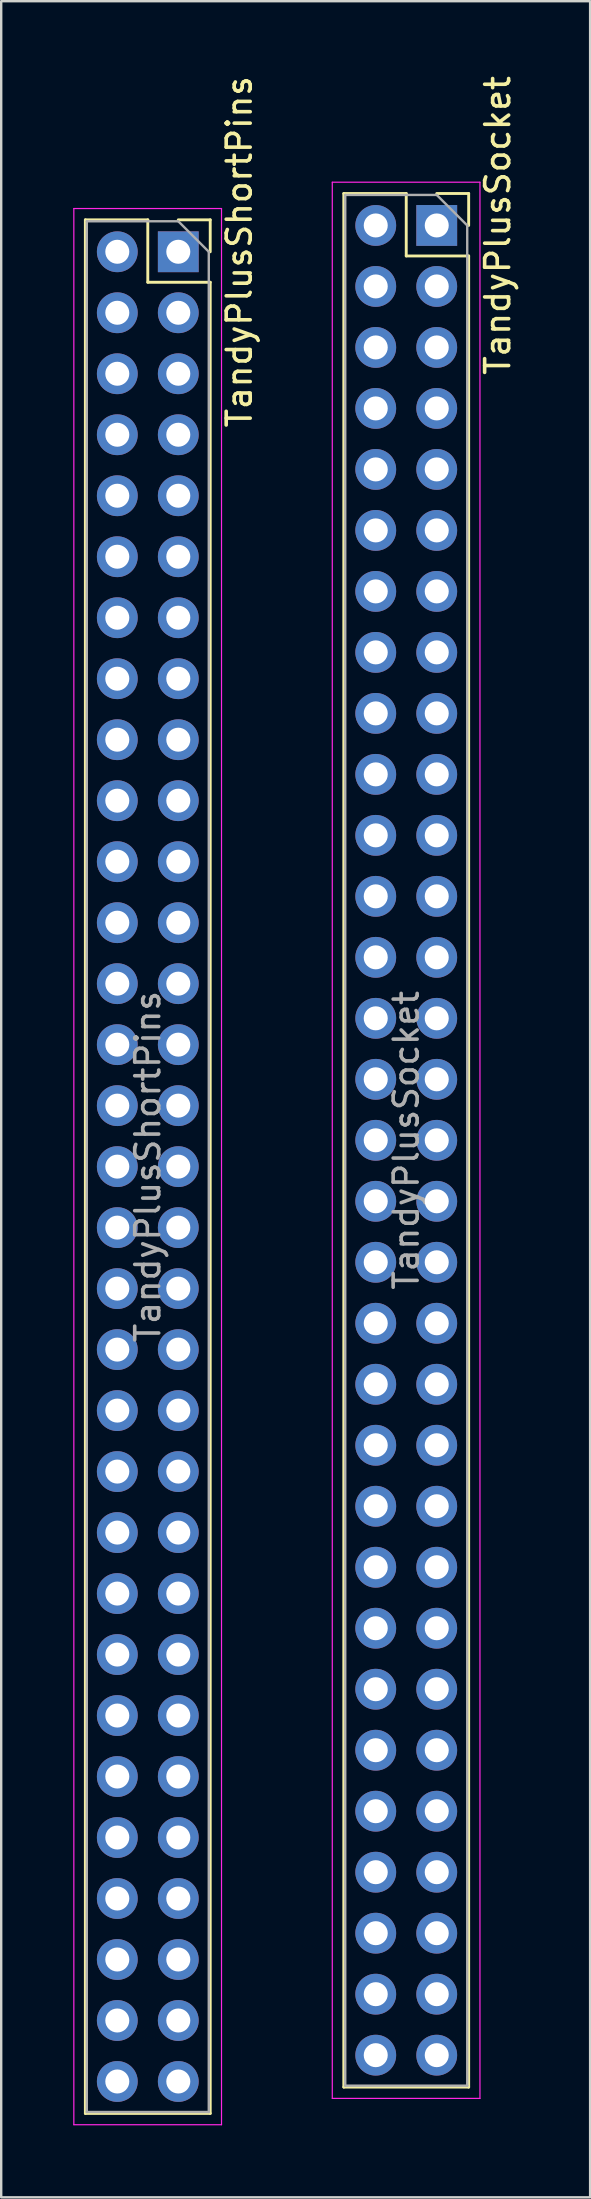
<source format=kicad_pcb>
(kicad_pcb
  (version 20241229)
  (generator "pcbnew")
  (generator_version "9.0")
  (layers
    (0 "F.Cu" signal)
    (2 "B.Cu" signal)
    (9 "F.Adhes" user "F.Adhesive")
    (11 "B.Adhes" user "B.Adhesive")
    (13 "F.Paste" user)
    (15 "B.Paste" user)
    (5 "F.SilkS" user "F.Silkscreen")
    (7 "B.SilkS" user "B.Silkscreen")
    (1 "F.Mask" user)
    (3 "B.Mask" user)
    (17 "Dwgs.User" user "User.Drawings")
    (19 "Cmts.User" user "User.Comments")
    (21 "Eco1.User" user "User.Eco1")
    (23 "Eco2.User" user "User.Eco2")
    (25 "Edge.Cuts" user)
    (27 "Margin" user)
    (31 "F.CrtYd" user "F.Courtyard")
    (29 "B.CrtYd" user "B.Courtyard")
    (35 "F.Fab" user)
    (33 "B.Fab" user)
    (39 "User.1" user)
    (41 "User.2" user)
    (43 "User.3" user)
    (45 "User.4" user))
  (footprint "TandyPlusSocket"
    (layer "F.Cu")
    (at 15.138 6.339)
    (property "Reference" "TandyPlusSocket" (at 2.54 0 90) (layer "F.SilkS") (effects (font (size 1 1) (thickness 0.15))))
    (attr through_hole)
    (fp_line (start -3.87 -1.33) (end -3.87 77.53) (stroke (width 0.12) (type solid)) (layer "F.SilkS"))
    (fp_line (start -1.27 -1.33) (end -3.87 -1.33) (stroke (width 0.12) (type solid)) (layer "F.SilkS"))
    (fp_line (start -1.27 1.27) (end -1.27 -1.33) (stroke (width 0.12) (type solid)) (layer "F.SilkS"))
    (fp_line (start 1.33 -1.33) (end 0 -1.33) (stroke (width 0.12) (type solid)) (layer "F.SilkS"))
    (fp_line (start 1.33 0) (end 1.33 -1.33) (stroke (width 0.12) (type solid)) (layer "F.SilkS"))
    (fp_line (start 1.33 1.27) (end -1.27 1.27) (stroke (width 0.12) (type solid)) (layer "F.SilkS"))
    (fp_line (start 1.33 1.27) (end 1.33 77.53) (stroke (width 0.12) (type solid)) (layer "F.SilkS"))
    (fp_line (start 1.33 77.53) (end -3.87 77.53) (stroke (width 0.12) (type solid)) (layer "F.SilkS"))
    (fp_line (start -4.35 -1.8) (end 1.8 -1.8) (stroke (width 0.05) (type solid)) (layer "F.CrtYd"))
    (fp_line (start -4.35 78) (end -4.35 -1.8) (stroke (width 0.05) (type solid)) (layer "F.CrtYd"))
    (fp_line (start 1.8 -1.8) (end 1.8 78) (stroke (width 0.05) (type solid)) (layer "F.CrtYd"))
    (fp_line (start 1.8 78) (end -4.35 78) (stroke (width 0.05) (type solid)) (layer "F.CrtYd"))
    (fp_line (start -3.81 -1.27) (end -3.81 77.47) (stroke (width 0.1) (type solid)) (layer "F.Fab"))
    (fp_line (start -3.81 77.47) (end 1.27 77.47) (stroke (width 0.1) (type solid)) (layer "F.Fab"))
    (fp_line (start 0 -1.27) (end -3.81 -1.27) (stroke (width 0.1) (type solid)) (layer "F.Fab"))
    (fp_line (start 1.27 0) (end 0 -1.27) (stroke (width 0.1) (type solid)) (layer "F.Fab"))
    (fp_line (start 1.27 77.47) (end 1.27 0) (stroke (width 0.1) (type solid)) (layer "F.Fab"))
    (fp_text user "${REFERENCE}" (at -1.27 38.1 90) (layer "F.Fab") (effects (font (size 1 1) (thickness 0.15))))
    (pad "1" thru_hole rect (at 0 0) (size 1.7 1.7) (drill 1) (layers "*.Cu" "*.Mask"))
    (pad "2" thru_hole oval (at 0 2.54) (size 1.7 1.7) (drill 1) (layers "*.Cu" "*.Mask"))
    (pad "3" thru_hole oval (at 0 5.08) (size 1.7 1.7) (drill 1) (layers "*.Cu" "*.Mask"))
    (pad "4" thru_hole oval (at 0 7.62) (size 1.7 1.7) (drill 1) (layers "*.Cu" "*.Mask"))
    (pad "5" thru_hole oval (at 0 10.16) (size 1.7 1.7) (drill 1) (layers "*.Cu" "*.Mask"))
    (pad "6" thru_hole oval (at 0 12.7) (size 1.7 1.7) (drill 1) (layers "*.Cu" "*.Mask"))
    (pad "7" thru_hole oval (at 0 15.24) (size 1.7 1.7) (drill 1) (layers "*.Cu" "*.Mask"))
    (pad "8" thru_hole oval (at 0 17.78) (size 1.7 1.7) (drill 1) (layers "*.Cu" "*.Mask"))
    (pad "9" thru_hole oval (at 0 20.32) (size 1.7 1.7) (drill 1) (layers "*.Cu" "*.Mask"))
    (pad "10" thru_hole oval (at 0 22.86) (size 1.7 1.7) (drill 1) (layers "*.Cu" "*.Mask"))
    (pad "11" thru_hole oval (at 0 25.4) (size 1.7 1.7) (drill 1) (layers "*.Cu" "*.Mask"))
    (pad "12" thru_hole oval (at 0 27.94) (size 1.7 1.7) (drill 1) (layers "*.Cu" "*.Mask"))
    (pad "13" thru_hole oval (at 0 30.48) (size 1.7 1.7) (drill 1) (layers "*.Cu" "*.Mask"))
    (pad "14" thru_hole oval (at 0 33.02) (size 1.7 1.7) (drill 1) (layers "*.Cu" "*.Mask"))
    (pad "15" thru_hole oval (at 0 35.56) (size 1.7 1.7) (drill 1) (layers "*.Cu" "*.Mask"))
    (pad "16" thru_hole oval (at 0 38.1) (size 1.7 1.7) (drill 1) (layers "*.Cu" "*.Mask"))
    (pad "17" thru_hole oval (at 0 40.64) (size 1.7 1.7) (drill 1) (layers "*.Cu" "*.Mask"))
    (pad "18" thru_hole oval (at 0 43.18) (size 1.7 1.7) (drill 1) (layers "*.Cu" "*.Mask"))
    (pad "19" thru_hole oval (at 0 45.72) (size 1.7 1.7) (drill 1) (layers "*.Cu" "*.Mask"))
    (pad "20" thru_hole oval (at 0 48.26) (size 1.7 1.7) (drill 1) (layers "*.Cu" "*.Mask"))
    (pad "21" thru_hole oval (at 0 50.8) (size 1.7 1.7) (drill 1) (layers "*.Cu" "*.Mask"))
    (pad "22" thru_hole oval (at 0 53.34) (size 1.7 1.7) (drill 1) (layers "*.Cu" "*.Mask"))
    (pad "23" thru_hole oval (at 0 55.88) (size 1.7 1.7) (drill 1) (layers "*.Cu" "*.Mask"))
    (pad "24" thru_hole oval (at 0 58.42) (size 1.7 1.7) (drill 1) (layers "*.Cu" "*.Mask"))
    (pad "25" thru_hole oval (at 0 60.96) (size 1.7 1.7) (drill 1) (layers "*.Cu" "*.Mask"))
    (pad "26" thru_hole oval (at 0 63.5) (size 1.7 1.7) (drill 1) (layers "*.Cu" "*.Mask"))
    (pad "27" thru_hole oval (at 0 66.04) (size 1.7 1.7) (drill 1) (layers "*.Cu" "*.Mask"))
    (pad "28" thru_hole oval (at 0 68.58) (size 1.7 1.7) (drill 1) (layers "*.Cu" "*.Mask"))
    (pad "29" thru_hole oval (at 0 71.12) (size 1.7 1.7) (drill 1) (layers "*.Cu" "*.Mask"))
    (pad "30" thru_hole oval (at 0 73.66) (size 1.7 1.7) (drill 1) (layers "*.Cu" "*.Mask"))
    (pad "31" thru_hole oval (at 0 76.2) (size 1.7 1.7) (drill 1) (layers "*.Cu" "*.Mask"))
    (pad "32" thru_hole oval (at -2.54 0) (size 1.7 1.7) (drill 1) (layers "*.Cu" "*.Mask"))
    (pad "33" thru_hole oval (at -2.54 2.54) (size 1.7 1.7) (drill 1) (layers "*.Cu" "*.Mask"))
    (pad "34" thru_hole oval (at -2.54 5.08) (size 1.7 1.7) (drill 1) (layers "*.Cu" "*.Mask"))
    (pad "35" thru_hole oval (at -2.54 7.62) (size 1.7 1.7) (drill 1) (layers "*.Cu" "*.Mask"))
    (pad "36" thru_hole oval (at -2.54 10.16) (size 1.7 1.7) (drill 1) (layers "*.Cu" "*.Mask"))
    (pad "37" thru_hole oval (at -2.54 12.7) (size 1.7 1.7) (drill 1) (layers "*.Cu" "*.Mask"))
    (pad "38" thru_hole oval (at -2.54 15.24) (size 1.7 1.7) (drill 1) (layers "*.Cu" "*.Mask"))
    (pad "39" thru_hole oval (at -2.54 17.78) (size 1.7 1.7) (drill 1) (layers "*.Cu" "*.Mask"))
    (pad "40" thru_hole oval (at -2.54 20.32) (size 1.7 1.7) (drill 1) (layers "*.Cu" "*.Mask"))
    (pad "41" thru_hole oval (at -2.54 22.86) (size 1.7 1.7) (drill 1) (layers "*.Cu" "*.Mask"))
    (pad "42" thru_hole oval (at -2.54 25.4) (size 1.7 1.7) (drill 1) (layers "*.Cu" "*.Mask"))
    (pad "43" thru_hole oval (at -2.54 27.94) (size 1.7 1.7) (drill 1) (layers "*.Cu" "*.Mask"))
    (pad "44" thru_hole oval (at -2.54 30.48) (size 1.7 1.7) (drill 1) (layers "*.Cu" "*.Mask"))
    (pad "45" thru_hole oval (at -2.54 33.02) (size 1.7 1.7) (drill 1) (layers "*.Cu" "*.Mask"))
    (pad "46" thru_hole oval (at -2.54 35.56) (size 1.7 1.7) (drill 1) (layers "*.Cu" "*.Mask"))
    (pad "47" thru_hole oval (at -2.54 38.1) (size 1.7 1.7) (drill 1) (layers "*.Cu" "*.Mask"))
    (pad "48" thru_hole oval (at -2.54 40.64) (size 1.7 1.7) (drill 1) (layers "*.Cu" "*.Mask"))
    (pad "49" thru_hole oval (at -2.54 43.18) (size 1.7 1.7) (drill 1) (layers "*.Cu" "*.Mask"))
    (pad "50" thru_hole oval (at -2.54 45.72) (size 1.7 1.7) (drill 1) (layers "*.Cu" "*.Mask"))
    (pad "51" thru_hole oval (at -2.54 48.26) (size 1.7 1.7) (drill 1) (layers "*.Cu" "*.Mask"))
    (pad "52" thru_hole oval (at -2.54 50.8) (size 1.7 1.7) (drill 1) (layers "*.Cu" "*.Mask"))
    (pad "53" thru_hole oval (at -2.54 53.34) (size 1.7 1.7) (drill 1) (layers "*.Cu" "*.Mask"))
    (pad "54" thru_hole oval (at -2.54 55.88) (size 1.7 1.7) (drill 1) (layers "*.Cu" "*.Mask"))
    (pad "55" thru_hole oval (at -2.54 58.42) (size 1.7 1.7) (drill 1) (layers "*.Cu" "*.Mask"))
    (pad "56" thru_hole oval (at -2.54 60.96) (size 1.7 1.7) (drill 1) (layers "*.Cu" "*.Mask"))
    (pad "57" thru_hole oval (at -2.54 63.5) (size 1.7 1.7) (drill 1) (layers "*.Cu" "*.Mask"))
    (pad "58" thru_hole oval (at -2.54 66.04) (size 1.7 1.7) (drill 1) (layers "*.Cu" "*.Mask"))
    (pad "59" thru_hole oval (at -2.54 68.58) (size 1.7 1.7) (drill 1) (layers "*.Cu" "*.Mask"))
    (pad "60" thru_hole oval (at -2.54 71.12) (size 1.7 1.7) (drill 1) (layers "*.Cu" "*.Mask"))
    (pad "61" thru_hole oval (at -2.54 73.66) (size 1.7 1.7) (drill 1) (layers "*.Cu" "*.Mask"))
    (pad "62" thru_hole oval (at -2.54 76.2) (size 1.7 1.7) (drill 1) (layers "*.Cu" "*.Mask")))
  (footprint "TandyPlusShortPins"
    (layer "F.Cu")
    (at 4.375 7.435)
    (property "Reference" "TandyPlusShortPins" (at 2.54 0 90) (layer "F.SilkS") (effects (font (size 1 1) (thickness 0.15))))
    (attr through_hole)
    (fp_line (start -3.87 -1.33) (end -3.87 77.53) (stroke (width 0.12) (type solid)) (layer "F.SilkS"))
    (fp_line (start -1.27 -1.33) (end -3.87 -1.33) (stroke (width 0.12) (type solid)) (layer "F.SilkS"))
    (fp_line (start -1.27 1.27) (end -1.27 -1.33) (stroke (width 0.12) (type solid)) (layer "F.SilkS"))
    (fp_line (start 1.33 -1.33) (end 0 -1.33) (stroke (width 0.12) (type solid)) (layer "F.SilkS"))
    (fp_line (start 1.33 0) (end 1.33 -1.33) (stroke (width 0.12) (type solid)) (layer "F.SilkS"))
    (fp_line (start 1.33 1.27) (end -1.27 1.27) (stroke (width 0.12) (type solid)) (layer "F.SilkS"))
    (fp_line (start 1.33 1.27) (end 1.33 77.53) (stroke (width 0.12) (type solid)) (layer "F.SilkS"))
    (fp_line (start 1.33 77.53) (end -3.87 77.53) (stroke (width 0.12) (type solid)) (layer "F.SilkS"))
    (fp_line (start -4.35 -1.8) (end 1.8 -1.8) (stroke (width 0.05) (type solid)) (layer "F.CrtYd"))
    (fp_line (start -4.35 78) (end -4.35 -1.8) (stroke (width 0.05) (type solid)) (layer "F.CrtYd"))
    (fp_line (start 1.8 -1.8) (end 1.8 78) (stroke (width 0.05) (type solid)) (layer "F.CrtYd"))
    (fp_line (start 1.8 78) (end -4.35 78) (stroke (width 0.05) (type solid)) (layer "F.CrtYd"))
    (fp_line (start -3.81 -1.27) (end -3.81 77.47) (stroke (width 0.1) (type solid)) (layer "F.Fab"))
    (fp_line (start -3.81 77.47) (end 1.27 77.47) (stroke (width 0.1) (type solid)) (layer "F.Fab"))
    (fp_line (start 0 -1.27) (end -3.81 -1.27) (stroke (width 0.1) (type solid)) (layer "F.Fab"))
    (fp_line (start 1.27 0) (end 0 -1.27) (stroke (width 0.1) (type solid)) (layer "F.Fab"))
    (fp_line (start 1.27 77.47) (end 1.27 0) (stroke (width 0.1) (type solid)) (layer "F.Fab"))
    (fp_text user "${REFERENCE}" (at -1.27 38.1 90) (layer "F.Fab") (effects (font (size 1 1) (thickness 0.15))))
    (pad "1" thru_hole rect (at 0 0) (size 1.7 1.7) (drill 1) (layers "*.Cu" "*.Mask"))
    (pad "2" thru_hole oval (at 0 2.54) (size 1.7 1.7) (drill 1) (layers "*.Cu" "*.Mask"))
    (pad "3" thru_hole oval (at 0 5.08) (size 1.7 1.7) (drill 1) (layers "*.Cu" "*.Mask"))
    (pad "4" thru_hole oval (at 0 7.62) (size 1.7 1.7) (drill 1) (layers "*.Cu" "*.Mask"))
    (pad "5" thru_hole oval (at 0 10.16) (size 1.7 1.7) (drill 1) (layers "*.Cu" "*.Mask"))
    (pad "6" thru_hole oval (at 0 12.7) (size 1.7 1.7) (drill 1) (layers "*.Cu" "*.Mask"))
    (pad "7" thru_hole oval (at 0 15.24) (size 1.7 1.7) (drill 1) (layers "*.Cu" "*.Mask"))
    (pad "8" thru_hole oval (at 0 17.78) (size 1.7 1.7) (drill 1) (layers "*.Cu" "*.Mask"))
    (pad "9" thru_hole oval (at 0 20.32) (size 1.7 1.7) (drill 1) (layers "*.Cu" "*.Mask"))
    (pad "10" thru_hole oval (at 0 22.86) (size 1.7 1.7) (drill 1) (layers "*.Cu" "*.Mask"))
    (pad "11" thru_hole oval (at 0 25.4) (size 1.7 1.7) (drill 1) (layers "*.Cu" "*.Mask"))
    (pad "12" thru_hole oval (at 0 27.94) (size 1.7 1.7) (drill 1) (layers "*.Cu" "*.Mask"))
    (pad "13" thru_hole oval (at 0 30.48) (size 1.7 1.7) (drill 1) (layers "*.Cu" "*.Mask"))
    (pad "14" thru_hole oval (at 0 33.02) (size 1.7 1.7) (drill 1) (layers "*.Cu" "*.Mask"))
    (pad "15" thru_hole oval (at 0 35.56) (size 1.7 1.7) (drill 1) (layers "*.Cu" "*.Mask"))
    (pad "16" thru_hole oval (at 0 38.1) (size 1.7 1.7) (drill 1) (layers "*.Cu" "*.Mask"))
    (pad "17" thru_hole oval (at 0 40.64) (size 1.7 1.7) (drill 1) (layers "*.Cu" "*.Mask"))
    (pad "18" thru_hole oval (at 0 43.18) (size 1.7 1.7) (drill 1) (layers "*.Cu" "*.Mask"))
    (pad "19" thru_hole oval (at 0 45.72) (size 1.7 1.7) (drill 1) (layers "*.Cu" "*.Mask"))
    (pad "20" thru_hole oval (at 0 48.26) (size 1.7 1.7) (drill 1) (layers "*.Cu" "*.Mask"))
    (pad "21" thru_hole oval (at 0 50.8) (size 1.7 1.7) (drill 1) (layers "*.Cu" "*.Mask"))
    (pad "22" thru_hole oval (at 0 53.34) (size 1.7 1.7) (drill 1) (layers "*.Cu" "*.Mask"))
    (pad "23" thru_hole oval (at 0 55.88) (size 1.7 1.7) (drill 1) (layers "*.Cu" "*.Mask"))
    (pad "24" thru_hole oval (at 0 58.42) (size 1.7 1.7) (drill 1) (layers "*.Cu" "*.Mask"))
    (pad "25" thru_hole oval (at 0 60.96) (size 1.7 1.7) (drill 1) (layers "*.Cu" "*.Mask"))
    (pad "26" thru_hole oval (at 0 63.5) (size 1.7 1.7) (drill 1) (layers "*.Cu" "*.Mask"))
    (pad "27" thru_hole oval (at 0 66.04) (size 1.7 1.7) (drill 1) (layers "*.Cu" "*.Mask"))
    (pad "28" thru_hole oval (at 0 68.58) (size 1.7 1.7) (drill 1) (layers "*.Cu" "*.Mask"))
    (pad "29" thru_hole oval (at 0 71.12) (size 1.7 1.7) (drill 1) (layers "*.Cu" "*.Mask"))
    (pad "30" thru_hole oval (at 0 73.66) (size 1.7 1.7) (drill 1) (layers "*.Cu" "*.Mask"))
    (pad "31" thru_hole oval (at 0 76.2) (size 1.7 1.7) (drill 1) (layers "*.Cu" "*.Mask"))
    (pad "32" thru_hole oval (at -2.54 0) (size 1.7 1.7) (drill 1) (layers "*.Cu" "*.Mask"))
    (pad "33" thru_hole oval (at -2.54 2.54) (size 1.7 1.7) (drill 1) (layers "*.Cu" "*.Mask"))
    (pad "34" thru_hole oval (at -2.54 5.08) (size 1.7 1.7) (drill 1) (layers "*.Cu" "*.Mask"))
    (pad "35" thru_hole oval (at -2.54 7.62) (size 1.7 1.7) (drill 1) (layers "*.Cu" "*.Mask"))
    (pad "36" thru_hole oval (at -2.54 10.16) (size 1.7 1.7) (drill 1) (layers "*.Cu" "*.Mask"))
    (pad "37" thru_hole oval (at -2.54 12.7) (size 1.7 1.7) (drill 1) (layers "*.Cu" "*.Mask"))
    (pad "38" thru_hole oval (at -2.54 15.24) (size 1.7 1.7) (drill 1) (layers "*.Cu" "*.Mask"))
    (pad "39" thru_hole oval (at -2.54 17.78) (size 1.7 1.7) (drill 1) (layers "*.Cu" "*.Mask"))
    (pad "40" thru_hole oval (at -2.54 20.32) (size 1.7 1.7) (drill 1) (layers "*.Cu" "*.Mask"))
    (pad "41" thru_hole oval (at -2.54 22.86) (size 1.7 1.7) (drill 1) (layers "*.Cu" "*.Mask"))
    (pad "42" thru_hole oval (at -2.54 25.4) (size 1.7 1.7) (drill 1) (layers "*.Cu" "*.Mask"))
    (pad "43" thru_hole oval (at -2.54 27.94) (size 1.7 1.7) (drill 1) (layers "*.Cu" "*.Mask"))
    (pad "44" thru_hole oval (at -2.54 30.48) (size 1.7 1.7) (drill 1) (layers "*.Cu" "*.Mask"))
    (pad "45" thru_hole oval (at -2.54 33.02) (size 1.7 1.7) (drill 1) (layers "*.Cu" "*.Mask"))
    (pad "46" thru_hole oval (at -2.54 35.56) (size 1.7 1.7) (drill 1) (layers "*.Cu" "*.Mask"))
    (pad "47" thru_hole oval (at -2.54 38.1) (size 1.7 1.7) (drill 1) (layers "*.Cu" "*.Mask"))
    (pad "48" thru_hole oval (at -2.54 40.64) (size 1.7 1.7) (drill 1) (layers "*.Cu" "*.Mask"))
    (pad "49" thru_hole oval (at -2.54 43.18) (size 1.7 1.7) (drill 1) (layers "*.Cu" "*.Mask"))
    (pad "50" thru_hole oval (at -2.54 45.72) (size 1.7 1.7) (drill 1) (layers "*.Cu" "*.Mask"))
    (pad "51" thru_hole oval (at -2.54 48.26) (size 1.7 1.7) (drill 1) (layers "*.Cu" "*.Mask"))
    (pad "52" thru_hole oval (at -2.54 50.8) (size 1.7 1.7) (drill 1) (layers "*.Cu" "*.Mask"))
    (pad "53" thru_hole oval (at -2.54 53.34) (size 1.7 1.7) (drill 1) (layers "*.Cu" "*.Mask"))
    (pad "54" thru_hole oval (at -2.54 55.88) (size 1.7 1.7) (drill 1) (layers "*.Cu" "*.Mask"))
    (pad "55" thru_hole oval (at -2.54 58.42) (size 1.7 1.7) (drill 1) (layers "*.Cu" "*.Mask"))
    (pad "56" thru_hole oval (at -2.54 60.96) (size 1.7 1.7) (drill 1) (layers "*.Cu" "*.Mask"))
    (pad "57" thru_hole oval (at -2.54 63.5) (size 1.7 1.7) (drill 1) (layers "*.Cu" "*.Mask"))
    (pad "58" thru_hole oval (at -2.54 66.04) (size 1.7 1.7) (drill 1) (layers "*.Cu" "*.Mask"))
    (pad "59" thru_hole oval (at -2.54 68.58) (size 1.7 1.7) (drill 1) (layers "*.Cu" "*.Mask"))
    (pad "60" thru_hole oval (at -2.54 71.12) (size 1.7 1.7) (drill 1) (layers "*.Cu" "*.Mask"))
    (pad "61" thru_hole oval (at -2.54 73.66) (size 1.7 1.7) (drill 1) (layers "*.Cu" "*.Mask"))
    (pad "62" thru_hole oval (at -2.54 76.2) (size 1.7 1.7) (drill 1) (layers "*.Cu" "*.Mask")))
  (gr_rect
    (start -3 -3)
    (end 21.526 88.46)
    (stroke (width 0.1) (type default))
    (fill no)
    (layer "Edge.Cuts")))
</source>
